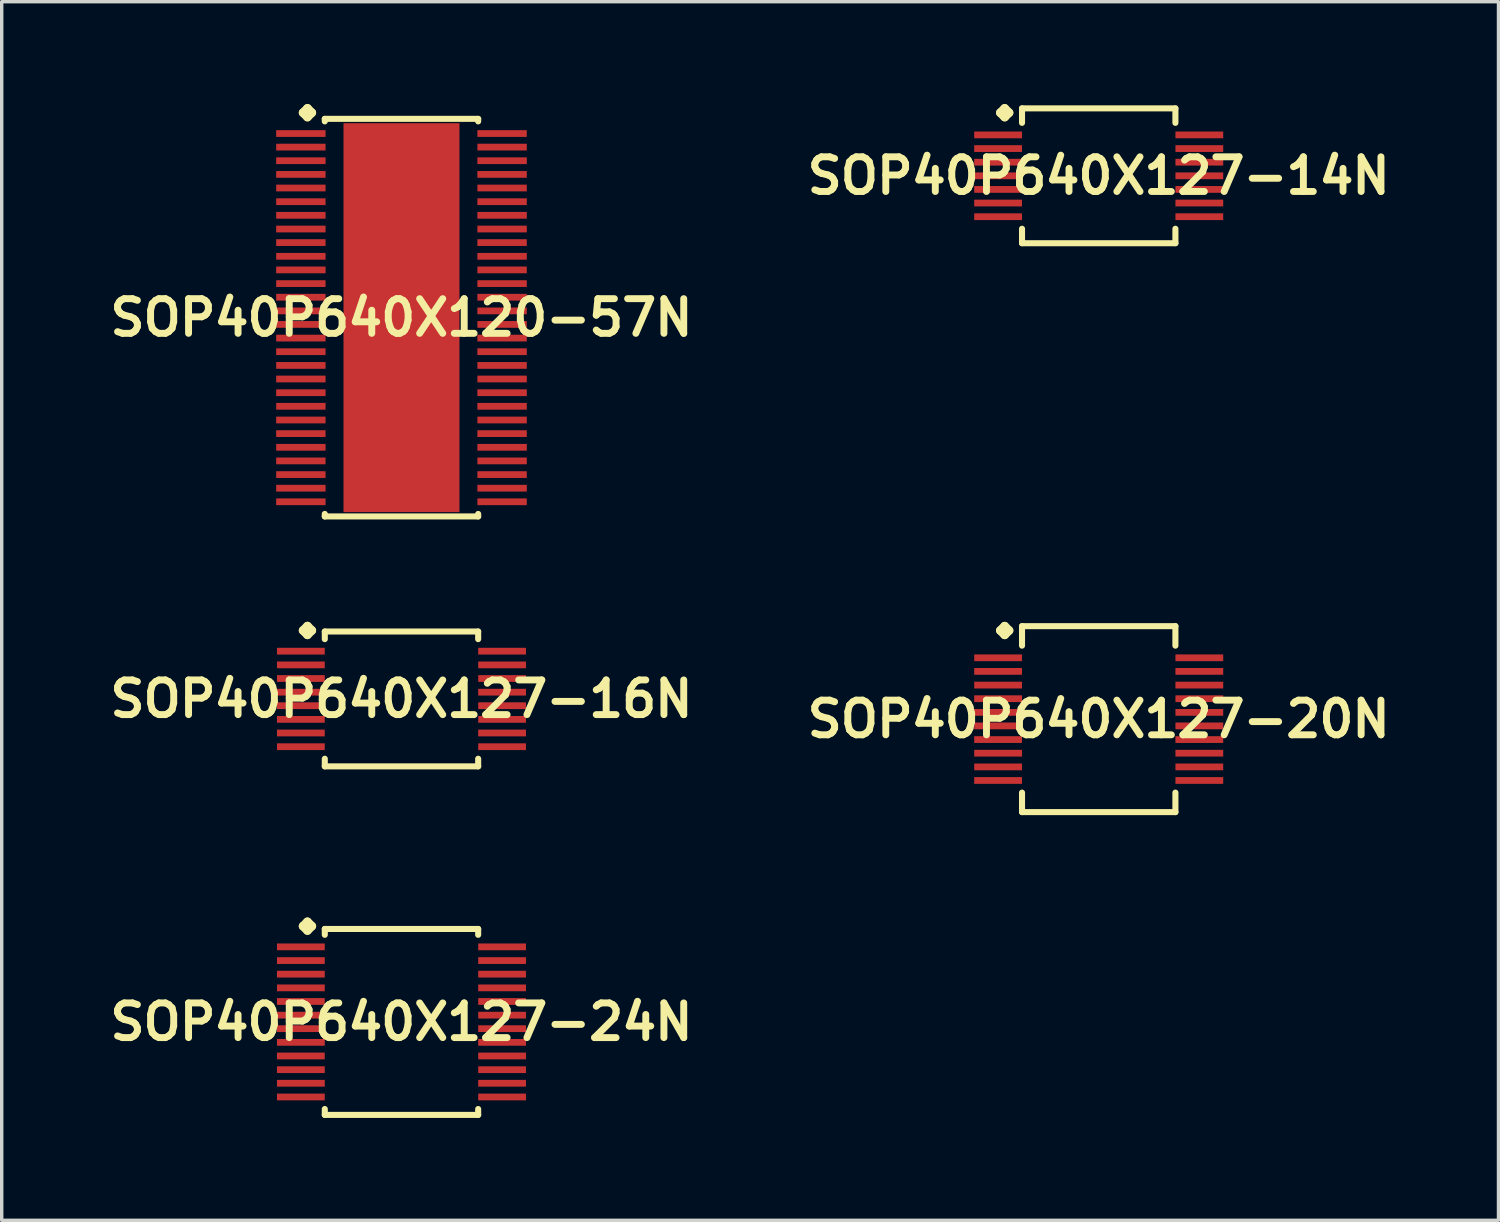
<source format=kicad_pcb>
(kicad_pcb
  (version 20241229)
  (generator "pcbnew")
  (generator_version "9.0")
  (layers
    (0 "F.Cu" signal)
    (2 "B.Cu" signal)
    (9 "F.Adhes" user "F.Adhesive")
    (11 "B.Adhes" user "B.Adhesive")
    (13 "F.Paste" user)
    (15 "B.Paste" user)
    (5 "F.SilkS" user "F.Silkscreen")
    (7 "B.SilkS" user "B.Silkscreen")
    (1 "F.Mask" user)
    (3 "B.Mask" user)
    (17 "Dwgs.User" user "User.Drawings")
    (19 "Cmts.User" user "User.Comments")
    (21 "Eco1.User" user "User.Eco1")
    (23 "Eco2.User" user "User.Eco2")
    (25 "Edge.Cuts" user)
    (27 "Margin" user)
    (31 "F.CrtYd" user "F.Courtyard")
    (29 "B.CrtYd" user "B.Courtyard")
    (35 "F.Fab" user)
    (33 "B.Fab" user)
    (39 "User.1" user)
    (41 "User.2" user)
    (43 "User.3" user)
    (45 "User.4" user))
  (footprint "SOP40P640X120-57N"
    (layer "F.Cu")
    (at 8.718 6.261)
    (property "Reference" "SOP40P640X120-57N" (at 0 0 0) (layer "F.SilkS") (effects (font (size 1.016 1.016) (thickness 0.203))))
    (attr smd)
    (fp_line (start -2.883 -6.007) (end -2.756 -6.134) (stroke (width 0.254) (type solid)) (layer "F.SilkS"))
    (fp_line (start -2.756 -6.134) (end -2.629 -6.007) (stroke (width 0.254) (type solid)) (layer "F.SilkS"))
    (fp_line (start -2.756 -5.88) (end -2.883 -6.007) (stroke (width 0.254) (type solid)) (layer "F.SilkS"))
    (fp_line (start -2.629 -6.007) (end -2.756 -5.88) (stroke (width 0.254) (type solid)) (layer "F.SilkS"))
    (fp_line (start -2.248 -5.827) (end 2.248 -5.827) (stroke (width 0.178) (type solid)) (layer "F.SilkS"))
    (fp_line (start -2.248 -5.753) (end -2.248 -5.827) (stroke (width 0.178) (type solid)) (layer "F.SilkS"))
    (fp_line (start -2.248 5.753) (end -2.248 5.827) (stroke (width 0.178) (type solid)) (layer "F.SilkS"))
    (fp_line (start -2.248 5.827) (end 2.248 5.827) (stroke (width 0.178) (type solid)) (layer "F.SilkS"))
    (fp_line (start 2.248 -5.827) (end 2.248 -5.753) (stroke (width 0.178) (type solid)) (layer "F.SilkS"))
    (fp_line (start 2.248 5.827) (end 2.248 5.753) (stroke (width 0.178) (type solid)) (layer "F.SilkS"))
    (pad "1" smd rect (at -2.949 -5.397) (size 1.448 0.198) (layers "F.Cu" "F.Mask" "F.Paste"))
    (pad "2" smd rect (at -2.949 -4.999) (size 1.448 0.198) (layers "F.Cu" "F.Mask" "F.Paste"))
    (pad "3" smd rect (at -2.949 -4.6) (size 1.448 0.198) (layers "F.Cu" "F.Mask" "F.Paste"))
    (pad "4" smd rect (at -2.949 -4.199) (size 1.448 0.198) (layers "F.Cu" "F.Mask" "F.Paste"))
    (pad "5" smd rect (at -2.949 -3.8) (size 1.448 0.198) (layers "F.Cu" "F.Mask" "F.Paste"))
    (pad "6" smd rect (at -2.949 -3.399) (size 1.448 0.198) (layers "F.Cu" "F.Mask" "F.Paste"))
    (pad "7" smd rect (at -2.949 -3) (size 1.448 0.198) (layers "F.Cu" "F.Mask" "F.Paste"))
    (pad "8" smd rect (at -2.949 -2.598) (size 1.448 0.198) (layers "F.Cu" "F.Mask" "F.Paste"))
    (pad "9" smd rect (at -2.949 -2.2) (size 1.448 0.198) (layers "F.Cu" "F.Mask" "F.Paste"))
    (pad "10" smd rect (at -2.949 -1.798) (size 1.448 0.198) (layers "F.Cu" "F.Mask" "F.Paste"))
    (pad "11" smd rect (at -2.949 -1.4) (size 1.448 0.198) (layers "F.Cu" "F.Mask" "F.Paste"))
    (pad "12" smd rect (at -2.949 -0.998) (size 1.448 0.198) (layers "F.Cu" "F.Mask" "F.Paste"))
    (pad "13" smd rect (at -2.949 -0.599) (size 1.448 0.198) (layers "F.Cu" "F.Mask" "F.Paste"))
    (pad "14" smd rect (at -2.949 -0.198) (size 1.448 0.198) (layers "F.Cu" "F.Mask" "F.Paste"))
    (pad "15" smd rect (at -2.949 0.198) (size 1.448 0.198) (layers "F.Cu" "F.Mask" "F.Paste"))
    (pad "16" smd rect (at -2.949 0.599) (size 1.448 0.198) (layers "F.Cu" "F.Mask" "F.Paste"))
    (pad "17" smd rect (at -2.949 0.998) (size 1.448 0.198) (layers "F.Cu" "F.Mask" "F.Paste"))
    (pad "18" smd rect (at -2.949 1.4) (size 1.448 0.198) (layers "F.Cu" "F.Mask" "F.Paste"))
    (pad "19" smd rect (at -2.949 1.798) (size 1.448 0.198) (layers "F.Cu" "F.Mask" "F.Paste"))
    (pad "20" smd rect (at -2.949 2.2) (size 1.448 0.198) (layers "F.Cu" "F.Mask" "F.Paste"))
    (pad "21" smd rect (at -2.949 2.598) (size 1.448 0.198) (layers "F.Cu" "F.Mask" "F.Paste"))
    (pad "22" smd rect (at -2.949 3) (size 1.448 0.198) (layers "F.Cu" "F.Mask" "F.Paste"))
    (pad "23" smd rect (at -2.949 3.399) (size 1.448 0.198) (layers "F.Cu" "F.Mask" "F.Paste"))
    (pad "24" smd rect (at -2.949 3.8) (size 1.448 0.198) (layers "F.Cu" "F.Mask" "F.Paste"))
    (pad "25" smd rect (at -2.949 4.199) (size 1.448 0.198) (layers "F.Cu" "F.Mask" "F.Paste"))
    (pad "26" smd rect (at -2.949 4.6) (size 1.448 0.198) (layers "F.Cu" "F.Mask" "F.Paste"))
    (pad "27" smd rect (at -2.949 4.999) (size 1.448 0.198) (layers "F.Cu" "F.Mask" "F.Paste"))
    (pad "28" smd rect (at -2.949 5.397) (size 1.448 0.198) (layers "F.Cu" "F.Mask" "F.Paste"))
    (pad "29" smd rect (at 2.949 5.397) (size 1.448 0.198) (layers "F.Cu" "F.Mask" "F.Paste"))
    (pad "30" smd rect (at 2.949 4.999) (size 1.448 0.198) (layers "F.Cu" "F.Mask" "F.Paste"))
    (pad "31" smd rect (at 2.949 4.6) (size 1.448 0.198) (layers "F.Cu" "F.Mask" "F.Paste"))
    (pad "32" smd rect (at 2.949 4.199) (size 1.448 0.198) (layers "F.Cu" "F.Mask" "F.Paste"))
    (pad "33" smd rect (at 2.949 3.8) (size 1.448 0.198) (layers "F.Cu" "F.Mask" "F.Paste"))
    (pad "34" smd rect (at 2.949 3.399) (size 1.448 0.198) (layers "F.Cu" "F.Mask" "F.Paste"))
    (pad "35" smd rect (at 2.949 3) (size 1.448 0.198) (layers "F.Cu" "F.Mask" "F.Paste"))
    (pad "36" smd rect (at 2.949 2.598) (size 1.448 0.198) (layers "F.Cu" "F.Mask" "F.Paste"))
    (pad "37" smd rect (at 2.949 2.2) (size 1.448 0.198) (layers "F.Cu" "F.Mask" "F.Paste"))
    (pad "38" smd rect (at 2.949 1.798) (size 1.448 0.198) (layers "F.Cu" "F.Mask" "F.Paste"))
    (pad "39" smd rect (at 2.949 1.4) (size 1.448 0.198) (layers "F.Cu" "F.Mask" "F.Paste"))
    (pad "40" smd rect (at 2.949 0.998) (size 1.448 0.198) (layers "F.Cu" "F.Mask" "F.Paste"))
    (pad "41" smd rect (at 2.949 0.599) (size 1.448 0.198) (layers "F.Cu" "F.Mask" "F.Paste"))
    (pad "42" smd rect (at 2.949 0.198) (size 1.448 0.198) (layers "F.Cu" "F.Mask" "F.Paste"))
    (pad "43" smd rect (at 2.949 -0.198) (size 1.448 0.198) (layers "F.Cu" "F.Mask" "F.Paste"))
    (pad "44" smd rect (at 2.949 -0.599) (size 1.448 0.198) (layers "F.Cu" "F.Mask" "F.Paste"))
    (pad "45" smd rect (at 2.949 -0.998) (size 1.448 0.198) (layers "F.Cu" "F.Mask" "F.Paste"))
    (pad "46" smd rect (at 2.949 -1.4) (size 1.448 0.198) (layers "F.Cu" "F.Mask" "F.Paste"))
    (pad "47" smd rect (at 2.949 -1.798) (size 1.448 0.198) (layers "F.Cu" "F.Mask" "F.Paste"))
    (pad "48" smd rect (at 2.949 -2.2) (size 1.448 0.198) (layers "F.Cu" "F.Mask" "F.Paste"))
    (pad "49" smd rect (at 2.949 -2.598) (size 1.448 0.198) (layers "F.Cu" "F.Mask" "F.Paste"))
    (pad "50" smd rect (at 2.949 -3) (size 1.448 0.198) (layers "F.Cu" "F.Mask" "F.Paste"))
    (pad "51" smd rect (at 2.949 -3.399) (size 1.448 0.198) (layers "F.Cu" "F.Mask" "F.Paste"))
    (pad "52" smd rect (at 2.949 -3.8) (size 1.448 0.198) (layers "F.Cu" "F.Mask" "F.Paste"))
    (pad "53" smd rect (at 2.949 -4.199) (size 1.448 0.198) (layers "F.Cu" "F.Mask" "F.Paste"))
    (pad "54" smd rect (at 2.949 -4.6) (size 1.448 0.198) (layers "F.Cu" "F.Mask" "F.Paste"))
    (pad "55" smd rect (at 2.949 -4.999) (size 1.448 0.198) (layers "F.Cu" "F.Mask" "F.Paste"))
    (pad "56" smd rect (at 2.949 -5.397) (size 1.448 0.198) (layers "F.Cu" "F.Mask" "F.Paste"))
    (pad "57" smd rect (at 0 0) (size 3.399 11.4) (layers "F.Cu" "F.Mask" "F.Paste")))
  (footprint "SOP40P640X127-16N"
    (layer "F.Cu")
    (at 8.718 17.437)
    (property "Reference" "SOP40P640X127-16N" (at 0 0 0) (layer "F.SilkS") (effects (font (size 1.016 1.016) (thickness 0.203))))
    (attr smd)
    (fp_line (start -2.883 -2.007) (end -2.756 -2.134) (stroke (width 0.254) (type solid)) (layer "F.SilkS"))
    (fp_line (start -2.756 -2.134) (end -2.629 -2.007) (stroke (width 0.254) (type solid)) (layer "F.SilkS"))
    (fp_line (start -2.756 -1.88) (end -2.883 -2.007) (stroke (width 0.254) (type solid)) (layer "F.SilkS"))
    (fp_line (start -2.629 -2.007) (end -2.756 -1.88) (stroke (width 0.254) (type solid)) (layer "F.SilkS"))
    (fp_line (start -2.248 -1.976) (end 2.248 -1.976) (stroke (width 0.178) (type solid)) (layer "F.SilkS"))
    (fp_line (start -2.248 -1.753) (end -2.248 -1.976) (stroke (width 0.178) (type solid)) (layer "F.SilkS"))
    (fp_line (start -2.248 1.753) (end -2.248 1.976) (stroke (width 0.178) (type solid)) (layer "F.SilkS"))
    (fp_line (start -2.248 1.976) (end 2.248 1.976) (stroke (width 0.178) (type solid)) (layer "F.SilkS"))
    (fp_line (start 2.248 -1.976) (end 2.248 -1.753) (stroke (width 0.178) (type solid)) (layer "F.SilkS"))
    (fp_line (start 2.248 1.976) (end 2.248 1.753) (stroke (width 0.178) (type solid)) (layer "F.SilkS"))
    (pad "1" smd rect (at -2.949 -1.4) (size 1.4 0.198) (layers "F.Cu" "F.Mask" "F.Paste"))
    (pad "2" smd rect (at -2.949 -0.998) (size 1.4 0.198) (layers "F.Cu" "F.Mask" "F.Paste"))
    (pad "3" smd rect (at -2.949 -0.599) (size 1.4 0.198) (layers "F.Cu" "F.Mask" "F.Paste"))
    (pad "4" smd rect (at -2.949 -0.198) (size 1.4 0.198) (layers "F.Cu" "F.Mask" "F.Paste"))
    (pad "5" smd rect (at -2.949 0.198) (size 1.4 0.198) (layers "F.Cu" "F.Mask" "F.Paste"))
    (pad "6" smd rect (at -2.949 0.599) (size 1.4 0.198) (layers "F.Cu" "F.Mask" "F.Paste"))
    (pad "7" smd rect (at -2.949 0.998) (size 1.4 0.198) (layers "F.Cu" "F.Mask" "F.Paste"))
    (pad "8" smd rect (at -2.949 1.4) (size 1.4 0.198) (layers "F.Cu" "F.Mask" "F.Paste"))
    (pad "9" smd rect (at 2.949 1.4) (size 1.4 0.198) (layers "F.Cu" "F.Mask" "F.Paste"))
    (pad "10" smd rect (at 2.949 0.998) (size 1.4 0.198) (layers "F.Cu" "F.Mask" "F.Paste"))
    (pad "11" smd rect (at 2.949 0.599) (size 1.4 0.198) (layers "F.Cu" "F.Mask" "F.Paste"))
    (pad "12" smd rect (at 2.949 0.198) (size 1.4 0.198) (layers "F.Cu" "F.Mask" "F.Paste"))
    (pad "13" smd rect (at 2.949 -0.198) (size 1.4 0.198) (layers "F.Cu" "F.Mask" "F.Paste"))
    (pad "14" smd rect (at 2.949 -0.599) (size 1.4 0.198) (layers "F.Cu" "F.Mask" "F.Paste"))
    (pad "15" smd rect (at 2.949 -0.998) (size 1.4 0.198) (layers "F.Cu" "F.Mask" "F.Paste"))
    (pad "16" smd rect (at 2.949 -1.4) (size 1.4 0.198) (layers "F.Cu" "F.Mask" "F.Paste")))
  (footprint "SOP40P640X127-14N"
    (layer "F.Cu")
    (at 29.155 2.103)
    (property "Reference" "SOP40P640X127-14N" (at 0 0 0) (layer "F.SilkS") (effects (font (size 1.016 1.016) (thickness 0.203))))
    (attr smd)
    (fp_line (start -2.883 -1.849) (end -2.756 -1.976) (stroke (width 0.254) (type solid)) (layer "F.SilkS"))
    (fp_line (start -2.756 -1.976) (end -2.629 -1.849) (stroke (width 0.254) (type solid)) (layer "F.SilkS"))
    (fp_line (start -2.756 -1.722) (end -2.883 -1.849) (stroke (width 0.254) (type solid)) (layer "F.SilkS"))
    (fp_line (start -2.629 -1.849) (end -2.756 -1.722) (stroke (width 0.254) (type solid)) (layer "F.SilkS"))
    (fp_line (start -2.248 -1.976) (end 2.248 -1.976) (stroke (width 0.178) (type solid)) (layer "F.SilkS"))
    (fp_line (start -2.248 -1.552) (end -2.248 -1.976) (stroke (width 0.178) (type solid)) (layer "F.SilkS"))
    (fp_line (start -2.248 1.552) (end -2.248 1.976) (stroke (width 0.178) (type solid)) (layer "F.SilkS"))
    (fp_line (start -2.248 1.976) (end 2.248 1.976) (stroke (width 0.178) (type solid)) (layer "F.SilkS"))
    (fp_line (start 2.248 -1.976) (end 2.248 -1.552) (stroke (width 0.178) (type solid)) (layer "F.SilkS"))
    (fp_line (start 2.248 1.976) (end 2.248 1.552) (stroke (width 0.178) (type solid)) (layer "F.SilkS"))
    (pad "1" smd rect (at -2.949 -1.199) (size 1.4 0.198) (layers "F.Cu" "F.Mask" "F.Paste"))
    (pad "2" smd rect (at -2.949 -0.798) (size 1.4 0.198) (layers "F.Cu" "F.Mask" "F.Paste"))
    (pad "3" smd rect (at -2.949 -0.399) (size 1.4 0.198) (layers "F.Cu" "F.Mask" "F.Paste"))
    (pad "4" smd rect (at -2.949 0) (size 1.4 0.198) (layers "F.Cu" "F.Mask" "F.Paste"))
    (pad "5" smd rect (at -2.949 0.399) (size 1.4 0.198) (layers "F.Cu" "F.Mask" "F.Paste"))
    (pad "6" smd rect (at -2.949 0.798) (size 1.4 0.198) (layers "F.Cu" "F.Mask" "F.Paste"))
    (pad "7" smd rect (at -2.949 1.199) (size 1.4 0.198) (layers "F.Cu" "F.Mask" "F.Paste"))
    (pad "8" smd rect (at 2.949 1.199) (size 1.4 0.198) (layers "F.Cu" "F.Mask" "F.Paste"))
    (pad "9" smd rect (at 2.949 0.798) (size 1.4 0.198) (layers "F.Cu" "F.Mask" "F.Paste"))
    (pad "10" smd rect (at 2.949 0.399) (size 1.4 0.198) (layers "F.Cu" "F.Mask" "F.Paste"))
    (pad "11" smd rect (at 2.949 0) (size 1.4 0.198) (layers "F.Cu" "F.Mask" "F.Paste"))
    (pad "12" smd rect (at 2.949 -0.399) (size 1.4 0.198) (layers "F.Cu" "F.Mask" "F.Paste"))
    (pad "13" smd rect (at 2.949 -0.798) (size 1.4 0.198) (layers "F.Cu" "F.Mask" "F.Paste"))
    (pad "14" smd rect (at 2.949 -1.199) (size 1.4 0.198) (layers "F.Cu" "F.Mask" "F.Paste")))
  (footprint "SOP40P640X127-20N"
    (layer "F.Cu")
    (at 29.155 18.029)
    (property "Reference" "SOP40P640X127-20N" (at 0 0 0) (layer "F.SilkS") (effects (font (size 1.016 1.016) (thickness 0.203))))
    (attr smd)
    (fp_line (start -2.883 -2.598) (end -2.756 -2.725) (stroke (width 0.254) (type solid)) (layer "F.SilkS"))
    (fp_line (start -2.756 -2.725) (end -2.629 -2.598) (stroke (width 0.254) (type solid)) (layer "F.SilkS"))
    (fp_line (start -2.756 -2.471) (end -2.883 -2.598) (stroke (width 0.254) (type solid)) (layer "F.SilkS"))
    (fp_line (start -2.629 -2.598) (end -2.756 -2.471) (stroke (width 0.254) (type solid)) (layer "F.SilkS"))
    (fp_line (start -2.248 -2.725) (end 2.248 -2.725) (stroke (width 0.178) (type solid)) (layer "F.SilkS"))
    (fp_line (start -2.248 -2.154) (end -2.248 -2.725) (stroke (width 0.178) (type solid)) (layer "F.SilkS"))
    (fp_line (start -2.248 2.154) (end -2.248 2.725) (stroke (width 0.178) (type solid)) (layer "F.SilkS"))
    (fp_line (start -2.248 2.725) (end 2.248 2.725) (stroke (width 0.178) (type solid)) (layer "F.SilkS"))
    (fp_line (start 2.248 -2.725) (end 2.248 -2.154) (stroke (width 0.178) (type solid)) (layer "F.SilkS"))
    (fp_line (start 2.248 2.725) (end 2.248 2.154) (stroke (width 0.178) (type solid)) (layer "F.SilkS"))
    (pad "1" smd rect (at -2.949 -1.798) (size 1.4 0.198) (layers "F.Cu" "F.Mask" "F.Paste"))
    (pad "2" smd rect (at -2.949 -1.4) (size 1.4 0.198) (layers "F.Cu" "F.Mask" "F.Paste"))
    (pad "3" smd rect (at -2.949 -0.998) (size 1.4 0.198) (layers "F.Cu" "F.Mask" "F.Paste"))
    (pad "4" smd rect (at -2.949 -0.599) (size 1.4 0.198) (layers "F.Cu" "F.Mask" "F.Paste"))
    (pad "5" smd rect (at -2.949 -0.198) (size 1.4 0.198) (layers "F.Cu" "F.Mask" "F.Paste"))
    (pad "6" smd rect (at -2.949 0.198) (size 1.4 0.198) (layers "F.Cu" "F.Mask" "F.Paste"))
    (pad "7" smd rect (at -2.949 0.599) (size 1.4 0.198) (layers "F.Cu" "F.Mask" "F.Paste"))
    (pad "8" smd rect (at -2.949 0.998) (size 1.4 0.198) (layers "F.Cu" "F.Mask" "F.Paste"))
    (pad "9" smd rect (at -2.949 1.4) (size 1.4 0.198) (layers "F.Cu" "F.Mask" "F.Paste"))
    (pad "10" smd rect (at -2.949 1.798) (size 1.4 0.198) (layers "F.Cu" "F.Mask" "F.Paste"))
    (pad "11" smd rect (at 2.949 1.798) (size 1.4 0.198) (layers "F.Cu" "F.Mask" "F.Paste"))
    (pad "12" smd rect (at 2.949 1.4) (size 1.4 0.198) (layers "F.Cu" "F.Mask" "F.Paste"))
    (pad "13" smd rect (at 2.949 0.998) (size 1.4 0.198) (layers "F.Cu" "F.Mask" "F.Paste"))
    (pad "14" smd rect (at 2.949 0.599) (size 1.4 0.198) (layers "F.Cu" "F.Mask" "F.Paste"))
    (pad "15" smd rect (at 2.949 0.198) (size 1.4 0.198) (layers "F.Cu" "F.Mask" "F.Paste"))
    (pad "16" smd rect (at 2.949 -0.198) (size 1.4 0.198) (layers "F.Cu" "F.Mask" "F.Paste"))
    (pad "17" smd rect (at 2.949 -0.599) (size 1.4 0.198) (layers "F.Cu" "F.Mask" "F.Paste"))
    (pad "18" smd rect (at 2.949 -0.998) (size 1.4 0.198) (layers "F.Cu" "F.Mask" "F.Paste"))
    (pad "19" smd rect (at 2.949 -1.4) (size 1.4 0.198) (layers "F.Cu" "F.Mask" "F.Paste"))
    (pad "20" smd rect (at 2.949 -1.798) (size 1.4 0.198) (layers "F.Cu" "F.Mask" "F.Paste")))
  (footprint "SOP40P640X127-24N"
    (layer "F.Cu")
    (at 8.718 26.904)
    (property "Reference" "SOP40P640X127-24N" (at 0 0 0) (layer "F.SilkS") (effects (font (size 1.016 1.016) (thickness 0.203))))
    (attr smd)
    (fp_line (start -2.883 -2.807) (end -2.756 -2.934) (stroke (width 0.254) (type solid)) (layer "F.SilkS"))
    (fp_line (start -2.756 -2.934) (end -2.629 -2.807) (stroke (width 0.254) (type solid)) (layer "F.SilkS"))
    (fp_line (start -2.756 -2.68) (end -2.883 -2.807) (stroke (width 0.254) (type solid)) (layer "F.SilkS"))
    (fp_line (start -2.629 -2.807) (end -2.756 -2.68) (stroke (width 0.254) (type solid)) (layer "F.SilkS"))
    (fp_line (start -2.248 -2.725) (end 2.248 -2.725) (stroke (width 0.178) (type solid)) (layer "F.SilkS"))
    (fp_line (start -2.248 -2.553) (end -2.248 -2.725) (stroke (width 0.178) (type solid)) (layer "F.SilkS"))
    (fp_line (start -2.248 2.553) (end -2.248 2.725) (stroke (width 0.178) (type solid)) (layer "F.SilkS"))
    (fp_line (start -2.248 2.725) (end 2.248 2.725) (stroke (width 0.178) (type solid)) (layer "F.SilkS"))
    (fp_line (start 2.248 -2.725) (end 2.248 -2.553) (stroke (width 0.178) (type solid)) (layer "F.SilkS"))
    (fp_line (start 2.248 2.725) (end 2.248 2.553) (stroke (width 0.178) (type solid)) (layer "F.SilkS"))
    (pad "1" smd rect (at -2.949 -2.2) (size 1.4 0.198) (layers "F.Cu" "F.Mask" "F.Paste"))
    (pad "2" smd rect (at -2.949 -1.798) (size 1.4 0.198) (layers "F.Cu" "F.Mask" "F.Paste"))
    (pad "3" smd rect (at -2.949 -1.4) (size 1.4 0.198) (layers "F.Cu" "F.Mask" "F.Paste"))
    (pad "4" smd rect (at -2.949 -0.998) (size 1.4 0.198) (layers "F.Cu" "F.Mask" "F.Paste"))
    (pad "5" smd rect (at -2.949 -0.599) (size 1.4 0.198) (layers "F.Cu" "F.Mask" "F.Paste"))
    (pad "6" smd rect (at -2.949 -0.198) (size 1.4 0.198) (layers "F.Cu" "F.Mask" "F.Paste"))
    (pad "7" smd rect (at -2.949 0.198) (size 1.4 0.198) (layers "F.Cu" "F.Mask" "F.Paste"))
    (pad "8" smd rect (at -2.949 0.599) (size 1.4 0.198) (layers "F.Cu" "F.Mask" "F.Paste"))
    (pad "9" smd rect (at -2.949 0.998) (size 1.4 0.198) (layers "F.Cu" "F.Mask" "F.Paste"))
    (pad "10" smd rect (at -2.949 1.4) (size 1.4 0.198) (layers "F.Cu" "F.Mask" "F.Paste"))
    (pad "11" smd rect (at -2.949 1.798) (size 1.4 0.198) (layers "F.Cu" "F.Mask" "F.Paste"))
    (pad "12" smd rect (at -2.949 2.2) (size 1.4 0.198) (layers "F.Cu" "F.Mask" "F.Paste"))
    (pad "13" smd rect (at 2.949 2.2) (size 1.4 0.198) (layers "F.Cu" "F.Mask" "F.Paste"))
    (pad "14" smd rect (at 2.949 1.798) (size 1.4 0.198) (layers "F.Cu" "F.Mask" "F.Paste"))
    (pad "15" smd rect (at 2.949 1.4) (size 1.4 0.198) (layers "F.Cu" "F.Mask" "F.Paste"))
    (pad "16" smd rect (at 2.949 0.998) (size 1.4 0.198) (layers "F.Cu" "F.Mask" "F.Paste"))
    (pad "17" smd rect (at 2.949 0.599) (size 1.4 0.198) (layers "F.Cu" "F.Mask" "F.Paste"))
    (pad "18" smd rect (at 2.949 0.198) (size 1.4 0.198) (layers "F.Cu" "F.Mask" "F.Paste"))
    (pad "19" smd rect (at 2.949 -0.198) (size 1.4 0.198) (layers "F.Cu" "F.Mask" "F.Paste"))
    (pad "20" smd rect (at 2.949 -0.599) (size 1.4 0.198) (layers "F.Cu" "F.Mask" "F.Paste"))
    (pad "21" smd rect (at 2.949 -0.998) (size 1.4 0.198) (layers "F.Cu" "F.Mask" "F.Paste"))
    (pad "22" smd rect (at 2.949 -1.4) (size 1.4 0.198) (layers "F.Cu" "F.Mask" "F.Paste"))
    (pad "23" smd rect (at 2.949 -1.798) (size 1.4 0.198) (layers "F.Cu" "F.Mask" "F.Paste"))
    (pad "24" smd rect (at 2.949 -2.2) (size 1.4 0.198) (layers "F.Cu" "F.Mask" "F.Paste")))
  (gr_rect
    (start -3 -3)
    (end 40.873 32.719)
    (stroke (width 0.1) (type default))
    (fill no)
    (layer "Edge.Cuts")))
</source>
